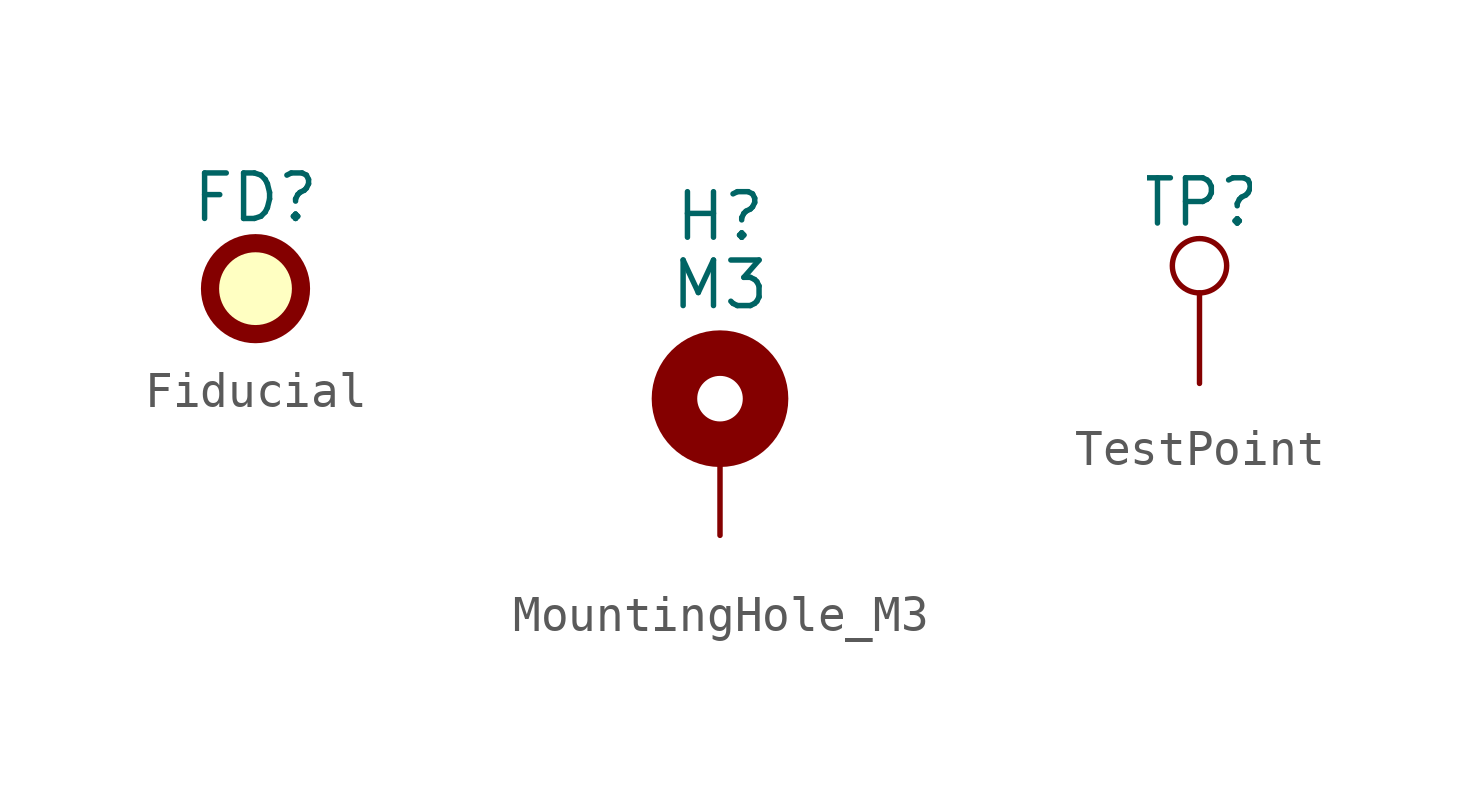
<source format=kicad_sym>
(kicad_symbol_lib
  (version 20241209)
  (generator "kicad_symbol_editor")
  (generator_version "9.0")
  (symbol "Fiducial"
    (property "Reference" "FD"
      (at 0 2.54 0)
      (do_not_autoplace)
      (effects (font (size 1.27 1.27))))
    (symbol "Fiducial_0_1"
      (circle (center 0 0) (radius 1.27) (stroke (width 0.508) (type default)) (fill (type background)))))
  (symbol "MountingHole_M3"
    (pin_numbers
      (hide yes))
    (pin_names
      (offset 1.016)
      (hide yes))
    (property "Reference" "H"
      (at 0 6.35 0)
      (do_not_autoplace)
      (effects (font (size 1.27 1.27))))
    (property "Value" "M3"
      (at 0 4.445 0)
      (do_not_autoplace)
      (effects (font (size 1.27 1.27))))
    (symbol "MountingHole_M3_0_1"
      (circle (center 0 1.27) (radius 1.27) (stroke (width 1.27) (type default)) (fill (type none))))
    (symbol "MountingHole_M3_1_1"
      (pin input line (at 0 -2.54 90) (length 2.54) (name "1" (effects (font (size 1.27 1.27)))) (number "1" (effects (font (size 1.27 1.27)))))))
  (symbol "TestPoint"
    (pin_numbers
      (hide yes))
    (pin_names
      (offset 0.762)
      (hide yes))
    (property "Reference" "TP"
      (at 0 5.08 0)
      (do_not_autoplace)
      (effects (font (size 1.27 1.27))))
    (symbol "TestPoint_0_1"
      (circle (center 0 3.302) (radius 0.762) (stroke (width 0) (type default)) (fill (type none))))
    (symbol "TestPoint_1_1"
      (pin passive line (at 0 0 90) (length 2.54) (name "1" (effects (font (size 1.27 1.27)))) (number "1" (effects (font (size 1.27 1.27))))))))
</source>
